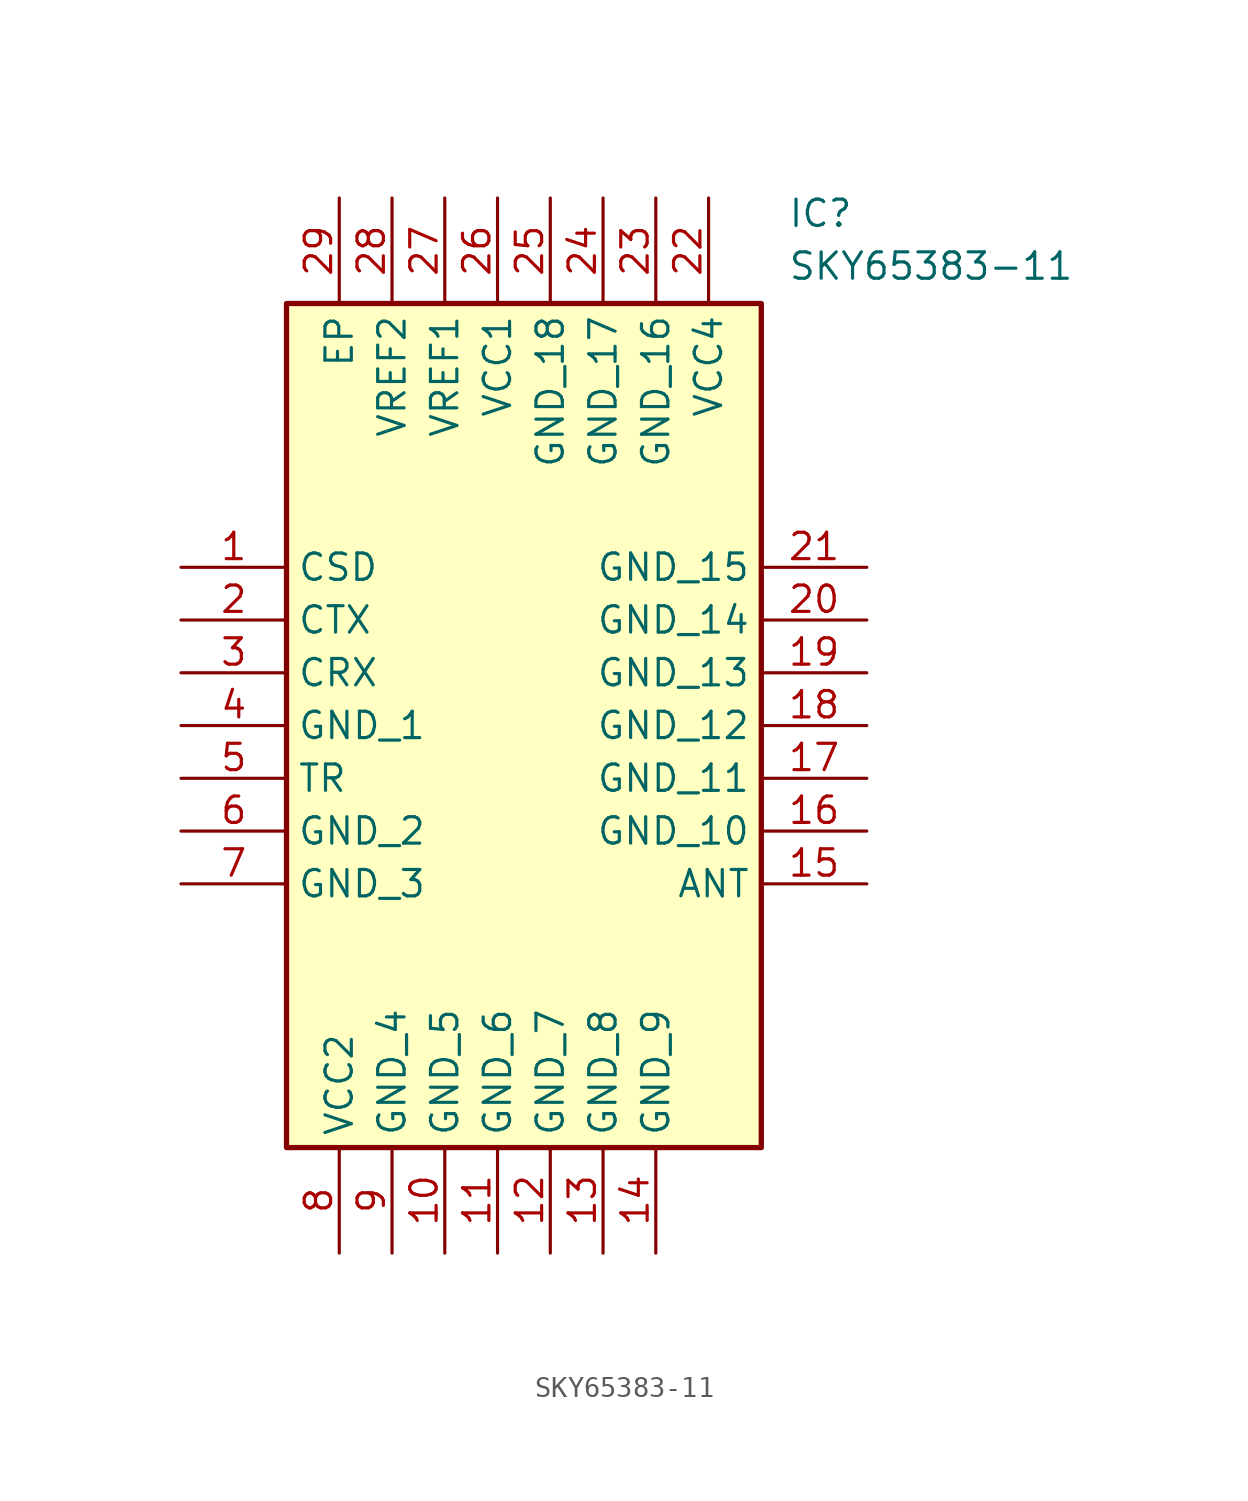
<source format=kicad_sym>
(kicad_symbol_lib
  (version 20211014)
  (generator SamacSys_ECAD_Model)
  (symbol "SKY65383-11"
    (property "Reference" "IC"
      (at 29.21 17.78 0)
      (effects (font (size 1.27 1.27)) (justify left top)))
    (property "Value" "SKY65383-11"
      (at 29.21 15.24 0)
      (effects (font (size 1.27 1.27)) (justify left top)))
    (rectangle
      (start 5.08 12.7)
      (end 27.94 -27.94)
      (stroke (width 0.254) (type default))
      (fill (type background)))
    (pin passive line
      (at 0 0 0)
      (length 5.08)
      (name "CSD" (effects (font (size 1.27 1.27))))
      (number "1" (effects (font (size 1.27 1.27)))))
    (pin passive line
      (at 0 -2.54 0)
      (length 5.08)
      (name "CTX" (effects (font (size 1.27 1.27))))
      (number "2" (effects (font (size 1.27 1.27)))))
    (pin passive line
      (at 0 -5.08 0)
      (length 5.08)
      (name "CRX" (effects (font (size 1.27 1.27))))
      (number "3" (effects (font (size 1.27 1.27)))))
    (pin passive line
      (at 0 -7.62 0)
      (length 5.08)
      (name "GND_1" (effects (font (size 1.27 1.27))))
      (number "4" (effects (font (size 1.27 1.27)))))
    (pin passive line
      (at 0 -10.16 0)
      (length 5.08)
      (name "TR" (effects (font (size 1.27 1.27))))
      (number "5" (effects (font (size 1.27 1.27)))))
    (pin passive line
      (at 0 -12.7 0)
      (length 5.08)
      (name "GND_2" (effects (font (size 1.27 1.27))))
      (number "6" (effects (font (size 1.27 1.27)))))
    (pin passive line
      (at 0 -15.24 0)
      (length 5.08)
      (name "GND_3" (effects (font (size 1.27 1.27))))
      (number "7" (effects (font (size 1.27 1.27)))))
    (pin passive line
      (at 7.62 -33.02 90)
      (length 5.08)
      (name "VCC2" (effects (font (size 1.27 1.27))))
      (number "8" (effects (font (size 1.27 1.27)))))
    (pin passive line
      (at 10.16 -33.02 90)
      (length 5.08)
      (name "GND_4" (effects (font (size 1.27 1.27))))
      (number "9" (effects (font (size 1.27 1.27)))))
    (pin passive line
      (at 12.7 -33.02 90)
      (length 5.08)
      (name "GND_5" (effects (font (size 1.27 1.27))))
      (number "10" (effects (font (size 1.27 1.27)))))
    (pin passive line
      (at 15.24 -33.02 90)
      (length 5.08)
      (name "GND_6" (effects (font (size 1.27 1.27))))
      (number "11" (effects (font (size 1.27 1.27)))))
    (pin passive line
      (at 17.78 -33.02 90)
      (length 5.08)
      (name "GND_7" (effects (font (size 1.27 1.27))))
      (number "12" (effects (font (size 1.27 1.27)))))
    (pin passive line
      (at 20.32 -33.02 90)
      (length 5.08)
      (name "GND_8" (effects (font (size 1.27 1.27))))
      (number "13" (effects (font (size 1.27 1.27)))))
    (pin passive line
      (at 22.86 -33.02 90)
      (length 5.08)
      (name "GND_9" (effects (font (size 1.27 1.27))))
      (number "14" (effects (font (size 1.27 1.27)))))
    (pin passive line
      (at 33.02 -15.24 180)
      (length 5.08)
      (name "ANT" (effects (font (size 1.27 1.27))))
      (number "15" (effects (font (size 1.27 1.27)))))
    (pin passive line
      (at 33.02 -12.7 180)
      (length 5.08)
      (name "GND_10" (effects (font (size 1.27 1.27))))
      (number "16" (effects (font (size 1.27 1.27)))))
    (pin passive line
      (at 33.02 -10.16 180)
      (length 5.08)
      (name "GND_11" (effects (font (size 1.27 1.27))))
      (number "17" (effects (font (size 1.27 1.27)))))
    (pin passive line
      (at 33.02 -7.62 180)
      (length 5.08)
      (name "GND_12" (effects (font (size 1.27 1.27))))
      (number "18" (effects (font (size 1.27 1.27)))))
    (pin passive line
      (at 33.02 -5.08 180)
      (length 5.08)
      (name "GND_13" (effects (font (size 1.27 1.27))))
      (number "19" (effects (font (size 1.27 1.27)))))
    (pin passive line
      (at 33.02 -2.54 180)
      (length 5.08)
      (name "GND_14" (effects (font (size 1.27 1.27))))
      (number "20" (effects (font (size 1.27 1.27)))))
    (pin passive line
      (at 33.02 0 180)
      (length 5.08)
      (name "GND_15" (effects (font (size 1.27 1.27))))
      (number "21" (effects (font (size 1.27 1.27)))))
    (pin passive line
      (at 25.4 17.78 270)
      (length 5.08)
      (name "VCC4" (effects (font (size 1.27 1.27))))
      (number "22" (effects (font (size 1.27 1.27)))))
    (pin passive line
      (at 22.86 17.78 270)
      (length 5.08)
      (name "GND_16" (effects (font (size 1.27 1.27))))
      (number "23" (effects (font (size 1.27 1.27)))))
    (pin passive line
      (at 20.32 17.78 270)
      (length 5.08)
      (name "GND_17" (effects (font (size 1.27 1.27))))
      (number "24" (effects (font (size 1.27 1.27)))))
    (pin passive line
      (at 17.78 17.78 270)
      (length 5.08)
      (name "GND_18" (effects (font (size 1.27 1.27))))
      (number "25" (effects (font (size 1.27 1.27)))))
    (pin passive line
      (at 15.24 17.78 270)
      (length 5.08)
      (name "VCC1" (effects (font (size 1.27 1.27))))
      (number "26" (effects (font (size 1.27 1.27)))))
    (pin passive line
      (at 12.7 17.78 270)
      (length 5.08)
      (name "VREF1" (effects (font (size 1.27 1.27))))
      (number "27" (effects (font (size 1.27 1.27)))))
    (pin passive line
      (at 10.16 17.78 270)
      (length 5.08)
      (name "VREF2" (effects (font (size 1.27 1.27))))
      (number "28" (effects (font (size 1.27 1.27)))))
    (pin passive line
      (at 7.62 17.78 270)
      (length 5.08)
      (name "EP" (effects (font (size 1.27 1.27))))
      (number "29" (effects (font (size 1.27 1.27)))))))
</source>
